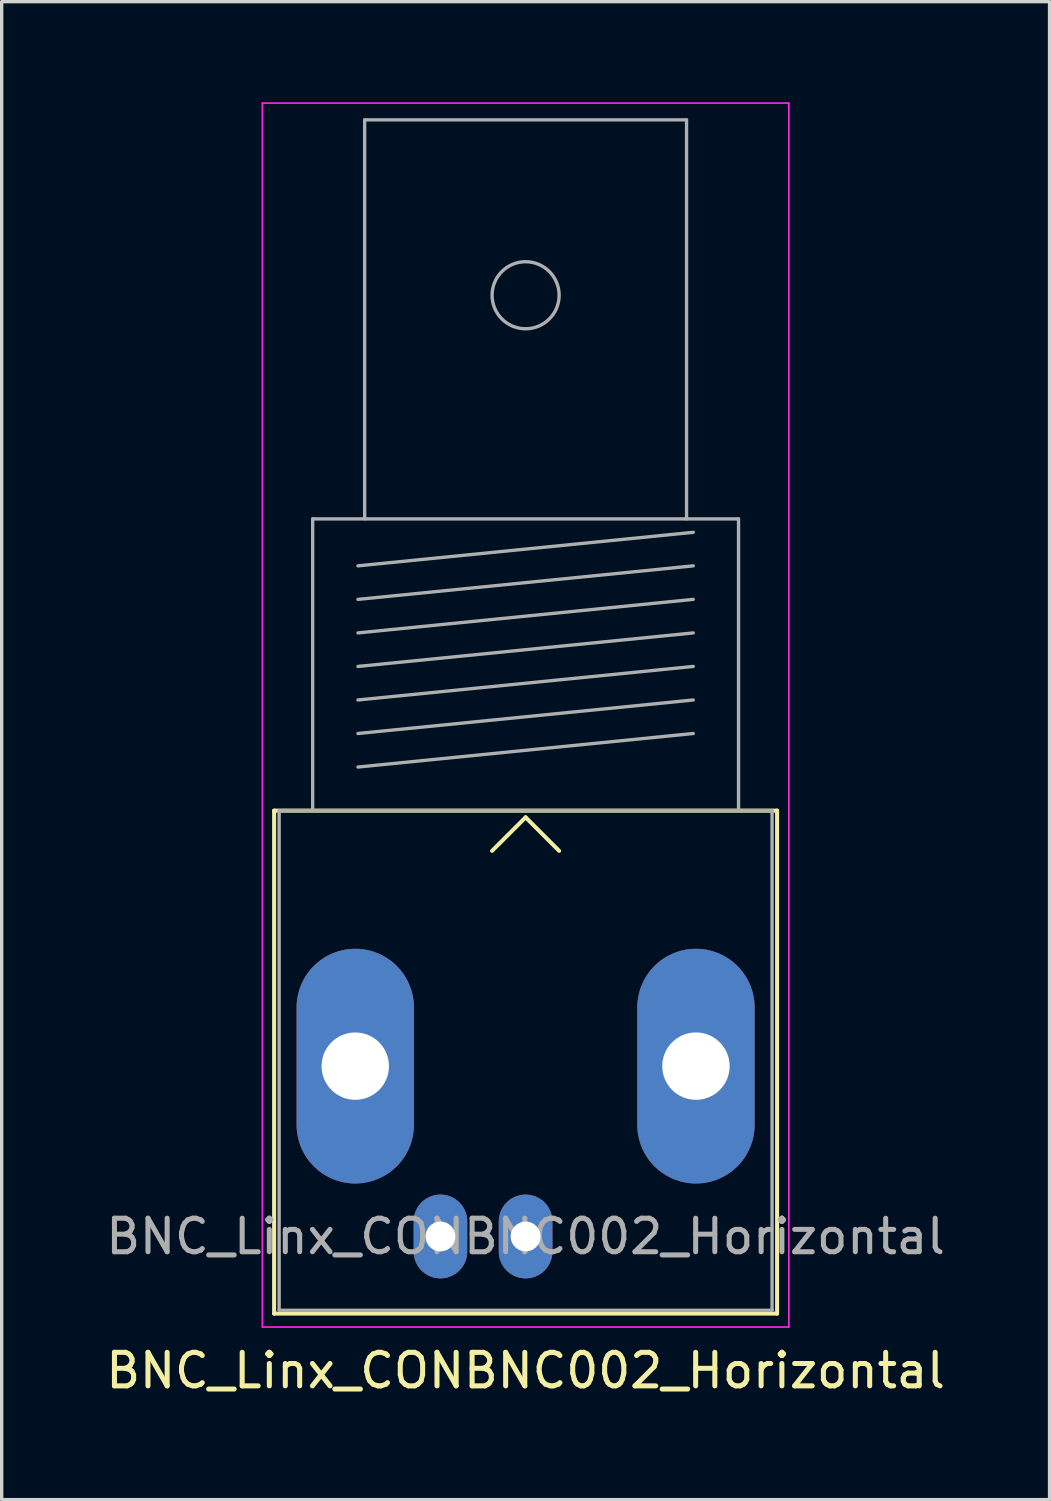
<source format=kicad_pcb>
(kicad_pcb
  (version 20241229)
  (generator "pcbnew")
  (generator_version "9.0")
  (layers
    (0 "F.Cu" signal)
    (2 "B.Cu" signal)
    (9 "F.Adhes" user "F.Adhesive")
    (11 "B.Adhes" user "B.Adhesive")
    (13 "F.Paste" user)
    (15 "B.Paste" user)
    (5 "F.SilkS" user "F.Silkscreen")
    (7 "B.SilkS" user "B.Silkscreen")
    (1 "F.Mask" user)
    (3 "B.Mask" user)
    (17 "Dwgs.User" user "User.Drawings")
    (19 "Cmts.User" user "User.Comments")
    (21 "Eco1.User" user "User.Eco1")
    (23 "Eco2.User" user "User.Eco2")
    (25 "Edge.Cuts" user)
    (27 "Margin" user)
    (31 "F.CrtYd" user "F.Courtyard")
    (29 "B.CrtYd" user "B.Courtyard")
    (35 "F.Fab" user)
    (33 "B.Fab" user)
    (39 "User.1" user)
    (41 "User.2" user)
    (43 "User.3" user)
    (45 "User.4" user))
  (footprint "BNC_Linx_CONBNC002_Horizontal"
    (layer "F.Cu")
    (at 12.625 33.825)
    (property "Reference" "BNC_Linx_CONBNC002_Horizontal" (at 0 4 0) (layer "F.SilkS") (effects (font (size 1 1) (thickness 0.15))))
    (attr through_hole)
    (fp_line (start -7.5 -12.7) (end 7.5 -12.7) (stroke (width 0.12) (type solid)) (layer "F.SilkS"))
    (fp_line (start -7.5 2.3) (end -7.5 -12.7) (stroke (width 0.12) (type solid)) (layer "F.SilkS"))
    (fp_line (start 0 -12.5) (end -1 -11.5) (stroke (width 0.12) (type solid)) (layer "F.SilkS"))
    (fp_line (start 0 -12.5) (end 1 -11.5) (stroke (width 0.12) (type solid)) (layer "F.SilkS"))
    (fp_line (start 7.5 -12.7) (end 7.5 2.3) (stroke (width 0.12) (type solid)) (layer "F.SilkS"))
    (fp_line (start 7.5 2.3) (end -7.5 2.3) (stroke (width 0.12) (type solid)) (layer "F.SilkS"))
    (fp_line (start -7.85 2.7) (end -7.85 -33.8) (stroke (width 0.05) (type solid)) (layer "F.CrtYd"))
    (fp_line (start -7.85 2.7) (end 7.85 2.7) (stroke (width 0.05) (type solid)) (layer "F.CrtYd"))
    (fp_line (start 7.85 -33.8) (end -7.85 -33.8) (stroke (width 0.05) (type solid)) (layer "F.CrtYd"))
    (fp_line (start 7.85 2.7) (end 7.85 -33.8) (stroke (width 0.05) (type solid)) (layer "F.CrtYd"))
    (fp_line (start -7.35 -12.7) (end -7.35 2.2) (stroke (width 0.1) (type solid)) (layer "F.Fab"))
    (fp_line (start -7.35 2.2) (end 7.35 2.2) (stroke (width 0.1) (type solid)) (layer "F.Fab"))
    (fp_line (start -6.35 -21.4) (end -6.35 -12.7) (stroke (width 0.1) (type solid)) (layer "F.Fab"))
    (fp_line (start -5 -20) (end 5 -21) (stroke (width 0.1) (type solid)) (layer "F.Fab"))
    (fp_line (start -5 -19) (end 5 -20) (stroke (width 0.1) (type solid)) (layer "F.Fab"))
    (fp_line (start -5 -18) (end 5 -19) (stroke (width 0.1) (type solid)) (layer "F.Fab"))
    (fp_line (start -5 -17) (end 5 -18) (stroke (width 0.1) (type solid)) (layer "F.Fab"))
    (fp_line (start -5 -16) (end 5 -17) (stroke (width 0.1) (type solid)) (layer "F.Fab"))
    (fp_line (start -5 -15) (end 5 -16) (stroke (width 0.1) (type solid)) (layer "F.Fab"))
    (fp_line (start -5 -14) (end 5 -15) (stroke (width 0.1) (type solid)) (layer "F.Fab"))
    (fp_line (start -4.8 -33.3) (end -4.8 -21.4) (stroke (width 0.1) (type solid)) (layer "F.Fab"))
    (fp_line (start 4.8 -33.3) (end -4.8 -33.3) (stroke (width 0.1) (type solid)) (layer "F.Fab"))
    (fp_line (start 4.8 -21.4) (end 4.8 -33.3) (stroke (width 0.1) (type solid)) (layer "F.Fab"))
    (fp_line (start 6.35 -21.4) (end -6.35 -21.4) (stroke (width 0.1) (type solid)) (layer "F.Fab"))
    (fp_line (start 6.35 -12.7) (end 6.35 -21.4) (stroke (width 0.1) (type solid)) (layer "F.Fab"))
    (fp_line (start 7.35 -12.7) (end -7.35 -12.7) (stroke (width 0.1) (type solid)) (layer "F.Fab"))
    (fp_line (start 7.35 2.2) (end 7.35 -12.7) (stroke (width 0.1) (type solid)) (layer "F.Fab"))
    (fp_circle (center 0 -28.07) (end 1 -28.07) (stroke (width 0.1) (type solid)) (fill no) (layer "F.Fab"))
    (fp_text user "${REFERENCE}" (at 0 0 0) (layer "F.Fab") (effects (font (size 1 1) (thickness 0.15))))
    (pad "1" thru_hole oval (at 0 0) (size 1.6 2.5) (drill 0.89) (layers "*.Cu" "*.Mask"))
    (pad "2" thru_hole oval (at -5.08 -5.08) (size 3.5 7) (drill 2.01) (layers "*.Cu" "*.Mask"))
    (pad "2" thru_hole oval (at -2.54 0) (size 1.6 2.5) (drill 0.89) (layers "*.Cu" "*.Mask"))
    (pad "2" thru_hole oval (at 5.08 -5.08) (size 3.5 7) (drill 2.01) (layers "*.Cu" "*.Mask")))
  (gr_rect
    (start -3 -3)
    (end 28.25 41.673)
    (stroke (width 0.1) (type default))
    (fill no)
    (layer "Edge.Cuts")))
</source>
